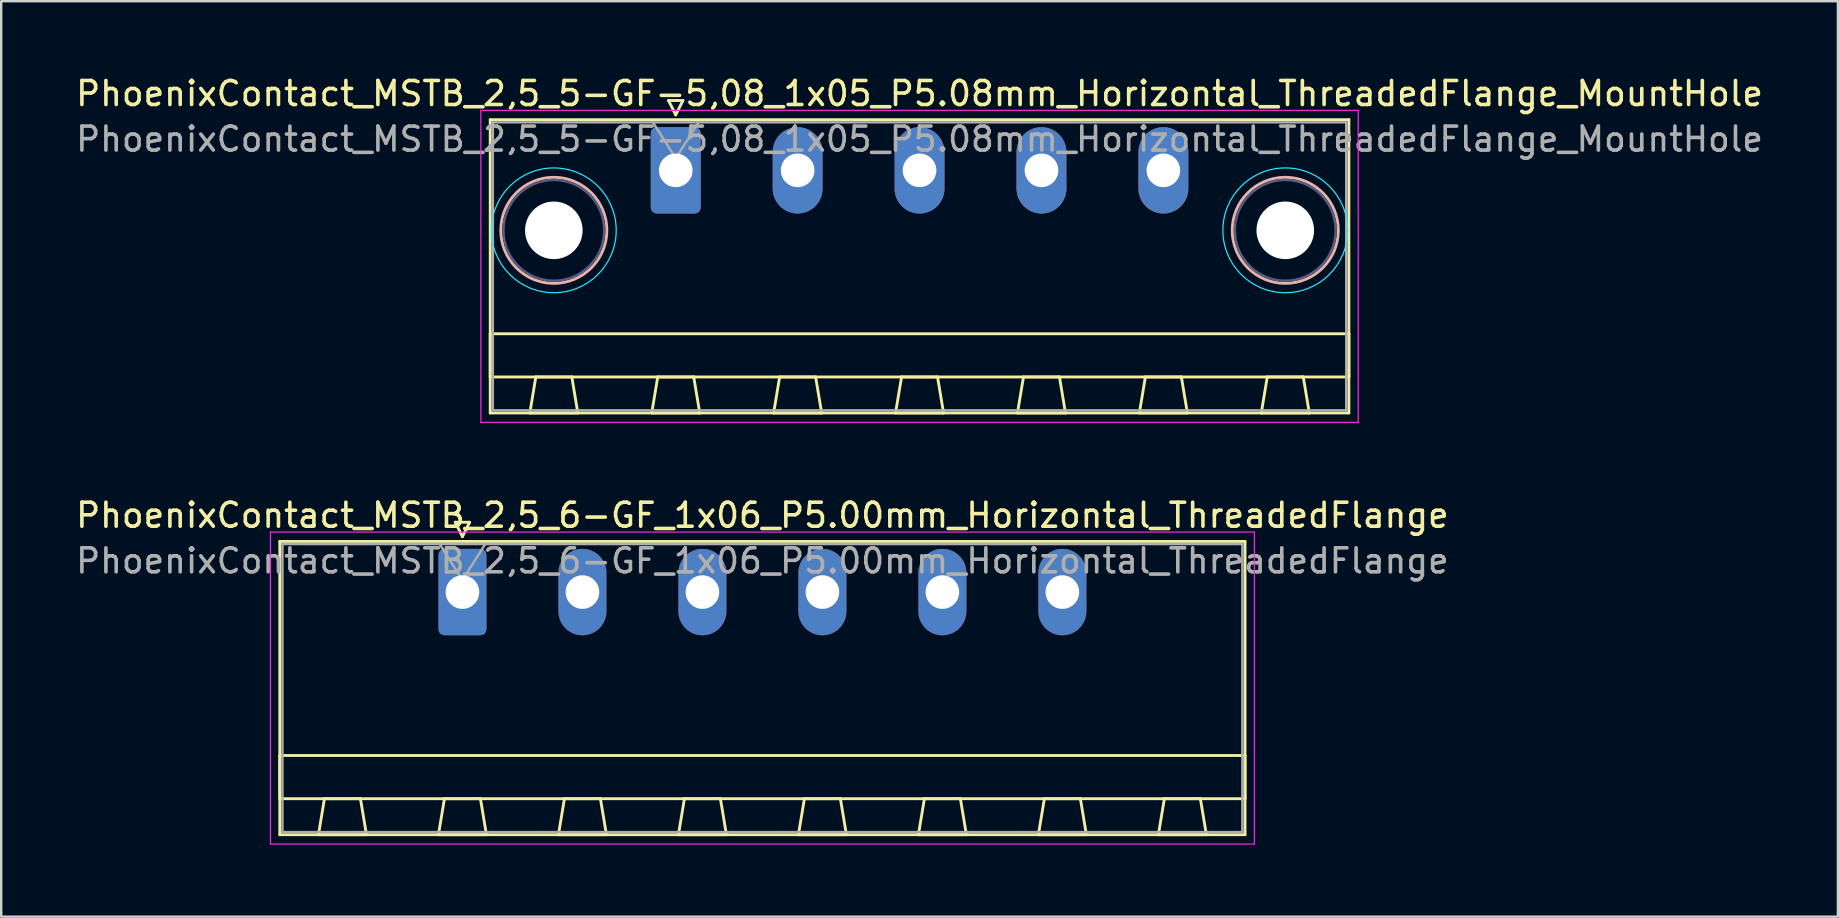
<source format=kicad_pcb>
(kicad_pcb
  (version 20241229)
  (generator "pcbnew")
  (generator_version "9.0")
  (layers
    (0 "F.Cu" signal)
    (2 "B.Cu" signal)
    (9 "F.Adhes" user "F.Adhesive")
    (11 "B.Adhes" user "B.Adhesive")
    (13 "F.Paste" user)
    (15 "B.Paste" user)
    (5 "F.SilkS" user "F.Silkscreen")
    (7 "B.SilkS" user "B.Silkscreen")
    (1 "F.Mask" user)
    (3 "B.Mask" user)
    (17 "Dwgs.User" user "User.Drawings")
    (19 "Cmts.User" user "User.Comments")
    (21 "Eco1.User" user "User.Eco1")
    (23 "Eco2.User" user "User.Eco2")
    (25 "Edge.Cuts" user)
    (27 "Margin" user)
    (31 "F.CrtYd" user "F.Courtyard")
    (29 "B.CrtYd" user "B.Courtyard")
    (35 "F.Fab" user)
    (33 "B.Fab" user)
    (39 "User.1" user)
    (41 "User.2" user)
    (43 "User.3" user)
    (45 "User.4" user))
  (footprint "PhoenixContact_MSTB_2,5_6-GF_1x06_P5.00mm_Horizontal_ThreadedFlange"
    (layer "F.Cu")
    (at 16.22 21.622)
    (property "Reference" "PhoenixContact_MSTB_2,5_6-GF_1x06_P5.00mm_Horizontal_ThreadedFlange" (at 12.5 -3.2 0) (layer "F.SilkS") (effects (font (size 1 1) (thickness 0.15))))
    (attr through_hole)
    (fp_line (start -7.61 -2.11) (end -7.61 10.11) (stroke (width 0.12) (type solid)) (layer "F.SilkS"))
    (fp_line (start -7.61 6.81) (end 32.61 6.81) (stroke (width 0.12) (type solid)) (layer "F.SilkS"))
    (fp_line (start -7.61 8.61) (end -7.61 6.81) (stroke (width 0.12) (type solid)) (layer "F.SilkS"))
    (fp_line (start -7.61 10.11) (end 32.61 10.11) (stroke (width 0.12) (type solid)) (layer "F.SilkS"))
    (fp_line (start -6 10.11) (end -4 10.11) (stroke (width 0.12) (type solid)) (layer "F.SilkS"))
    (fp_line (start -5.75 8.61) (end -6 10.11) (stroke (width 0.12) (type solid)) (layer "F.SilkS"))
    (fp_line (start -4.25 8.61) (end -5.75 8.61) (stroke (width 0.12) (type solid)) (layer "F.SilkS"))
    (fp_line (start -4 10.11) (end -4.25 8.61) (stroke (width 0.12) (type solid)) (layer "F.SilkS"))
    (fp_line (start -1 10.11) (end 1 10.11) (stroke (width 0.12) (type solid)) (layer "F.SilkS"))
    (fp_line (start -0.75 8.61) (end -1 10.11) (stroke (width 0.12) (type solid)) (layer "F.SilkS"))
    (fp_line (start -0.3 -2.91) (end 0.3 -2.91) (stroke (width 0.12) (type solid)) (layer "F.SilkS"))
    (fp_line (start 0 -2.31) (end -0.3 -2.91) (stroke (width 0.12) (type solid)) (layer "F.SilkS"))
    (fp_line (start 0.3 -2.91) (end 0 -2.31) (stroke (width 0.12) (type solid)) (layer "F.SilkS"))
    (fp_line (start 0.75 8.61) (end -0.75 8.61) (stroke (width 0.12) (type solid)) (layer "F.SilkS"))
    (fp_line (start 1 10.11) (end 0.75 8.61) (stroke (width 0.12) (type solid)) (layer "F.SilkS"))
    (fp_line (start 4 10.11) (end 6 10.11) (stroke (width 0.12) (type solid)) (layer "F.SilkS"))
    (fp_line (start 4.25 8.61) (end 4 10.11) (stroke (width 0.12) (type solid)) (layer "F.SilkS"))
    (fp_line (start 5.75 8.61) (end 4.25 8.61) (stroke (width 0.12) (type solid)) (layer "F.SilkS"))
    (fp_line (start 6 10.11) (end 5.75 8.61) (stroke (width 0.12) (type solid)) (layer "F.SilkS"))
    (fp_line (start 9 10.11) (end 11 10.11) (stroke (width 0.12) (type solid)) (layer "F.SilkS"))
    (fp_line (start 9.25 8.61) (end 9 10.11) (stroke (width 0.12) (type solid)) (layer "F.SilkS"))
    (fp_line (start 10.75 8.61) (end 9.25 8.61) (stroke (width 0.12) (type solid)) (layer "F.SilkS"))
    (fp_line (start 11 10.11) (end 10.75 8.61) (stroke (width 0.12) (type solid)) (layer "F.SilkS"))
    (fp_line (start 14 10.11) (end 16 10.11) (stroke (width 0.12) (type solid)) (layer "F.SilkS"))
    (fp_line (start 14.25 8.61) (end 14 10.11) (stroke (width 0.12) (type solid)) (layer "F.SilkS"))
    (fp_line (start 15.75 8.61) (end 14.25 8.61) (stroke (width 0.12) (type solid)) (layer "F.SilkS"))
    (fp_line (start 16 10.11) (end 15.75 8.61) (stroke (width 0.12) (type solid)) (layer "F.SilkS"))
    (fp_line (start 19 10.11) (end 21 10.11) (stroke (width 0.12) (type solid)) (layer "F.SilkS"))
    (fp_line (start 19.25 8.61) (end 19 10.11) (stroke (width 0.12) (type solid)) (layer "F.SilkS"))
    (fp_line (start 20.75 8.61) (end 19.25 8.61) (stroke (width 0.12) (type solid)) (layer "F.SilkS"))
    (fp_line (start 21 10.11) (end 20.75 8.61) (stroke (width 0.12) (type solid)) (layer "F.SilkS"))
    (fp_line (start 24 10.11) (end 26 10.11) (stroke (width 0.12) (type solid)) (layer "F.SilkS"))
    (fp_line (start 24.25 8.61) (end 24 10.11) (stroke (width 0.12) (type solid)) (layer "F.SilkS"))
    (fp_line (start 25.75 8.61) (end 24.25 8.61) (stroke (width 0.12) (type solid)) (layer "F.SilkS"))
    (fp_line (start 26 10.11) (end 25.75 8.61) (stroke (width 0.12) (type solid)) (layer "F.SilkS"))
    (fp_line (start 29 10.11) (end 31 10.11) (stroke (width 0.12) (type solid)) (layer "F.SilkS"))
    (fp_line (start 29.25 8.61) (end 29 10.11) (stroke (width 0.12) (type solid)) (layer "F.SilkS"))
    (fp_line (start 30.75 8.61) (end 29.25 8.61) (stroke (width 0.12) (type solid)) (layer "F.SilkS"))
    (fp_line (start 31 10.11) (end 30.75 8.61) (stroke (width 0.12) (type solid)) (layer "F.SilkS"))
    (fp_line (start 32.61 -2.11) (end -7.61 -2.11) (stroke (width 0.12) (type solid)) (layer "F.SilkS"))
    (fp_line (start 32.61 6.81) (end 32.61 8.61) (stroke (width 0.12) (type solid)) (layer "F.SilkS"))
    (fp_line (start 32.61 8.61) (end -7.61 8.61) (stroke (width 0.12) (type solid)) (layer "F.SilkS"))
    (fp_line (start 32.61 10.11) (end 32.61 -2.11) (stroke (width 0.12) (type solid)) (layer "F.SilkS"))
    (fp_line (start -8 -2.5) (end -8 10.5) (stroke (width 0.05) (type solid)) (layer "F.CrtYd"))
    (fp_line (start -8 10.5) (end 33 10.5) (stroke (width 0.05) (type solid)) (layer "F.CrtYd"))
    (fp_line (start 33 -2.5) (end -8 -2.5) (stroke (width 0.05) (type solid)) (layer "F.CrtYd"))
    (fp_line (start 33 10.5) (end 33 -2.5) (stroke (width 0.05) (type solid)) (layer "F.CrtYd"))
    (fp_line (start -7.5 -2) (end -7.5 10) (stroke (width 0.1) (type solid)) (layer "F.Fab"))
    (fp_line (start -7.5 10) (end 32.5 10) (stroke (width 0.1) (type solid)) (layer "F.Fab"))
    (fp_line (start 0 -0.5) (end -0.95 -2) (stroke (width 0.1) (type solid)) (layer "F.Fab"))
    (fp_line (start 0.95 -2) (end 0 -0.5) (stroke (width 0.1) (type solid)) (layer "F.Fab"))
    (fp_line (start 32.5 -2) (end -7.5 -2) (stroke (width 0.1) (type solid)) (layer "F.Fab"))
    (fp_line (start 32.5 10) (end 32.5 -2) (stroke (width 0.1) (type solid)) (layer "F.Fab"))
    (fp_text user "${REFERENCE}" (at 12.5 -1.3 0) (layer "F.Fab") (effects (font (size 1 1) (thickness 0.15))))
    (pad "1" thru_hole roundrect (at 0 0) (size 2 3.6) (drill 1.4) (layers "*.Cu" "*.Mask") (roundrect_rratio 0.125))
    (pad "2" thru_hole oval (at 5 0) (size 2 3.6) (drill 1.4) (layers "*.Cu" "*.Mask"))
    (pad "3" thru_hole oval (at 10 0) (size 2 3.6) (drill 1.4) (layers "*.Cu" "*.Mask"))
    (pad "4" thru_hole oval (at 15 0) (size 2 3.6) (drill 1.4) (layers "*.Cu" "*.Mask"))
    (pad "5" thru_hole oval (at 20 0) (size 2 3.6) (drill 1.4) (layers "*.Cu" "*.Mask"))
    (pad "6" thru_hole oval (at 25 0) (size 2 3.6) (drill 1.4) (layers "*.Cu" "*.Mask")))
  (footprint "PhoenixContact_MSTB_2,5_5-GF-5,08_1x05_P5.08mm_Horizontal_ThreadedFlange_MountHole"
    (layer "F.Cu")
    (at 25.108 4.048)
    (property "Reference" "PhoenixContact_MSTB_2,5_5-GF-5,08_1x05_P5.08mm_Horizontal_ThreadedFlange_MountHole" (at 10.16 -3.2 0) (layer "F.SilkS") (effects (font (size 1 1) (thickness 0.15))))
    (attr through_hole)
    (fp_line (start -7.73 -2.11) (end -7.73 10.11) (stroke (width 0.12) (type solid)) (layer "F.SilkS"))
    (fp_line (start -7.73 6.81) (end 28.05 6.81) (stroke (width 0.12) (type solid)) (layer "F.SilkS"))
    (fp_line (start -7.73 8.61) (end -7.73 6.81) (stroke (width 0.12) (type solid)) (layer "F.SilkS"))
    (fp_line (start -7.73 10.11) (end 28.05 10.11) (stroke (width 0.12) (type solid)) (layer "F.SilkS"))
    (fp_line (start -6.08 10.11) (end -4.08 10.11) (stroke (width 0.12) (type solid)) (layer "F.SilkS"))
    (fp_line (start -5.83 8.61) (end -6.08 10.11) (stroke (width 0.12) (type solid)) (layer "F.SilkS"))
    (fp_line (start -4.33 8.61) (end -5.83 8.61) (stroke (width 0.12) (type solid)) (layer "F.SilkS"))
    (fp_line (start -4.08 10.11) (end -4.33 8.61) (stroke (width 0.12) (type solid)) (layer "F.SilkS"))
    (fp_line (start -1 10.11) (end 1 10.11) (stroke (width 0.12) (type solid)) (layer "F.SilkS"))
    (fp_line (start -0.75 8.61) (end -1 10.11) (stroke (width 0.12) (type solid)) (layer "F.SilkS"))
    (fp_line (start -0.3 -2.91) (end 0.3 -2.91) (stroke (width 0.12) (type solid)) (layer "F.SilkS"))
    (fp_line (start 0 -2.31) (end -0.3 -2.91) (stroke (width 0.12) (type solid)) (layer "F.SilkS"))
    (fp_line (start 0.3 -2.91) (end 0 -2.31) (stroke (width 0.12) (type solid)) (layer "F.SilkS"))
    (fp_line (start 0.75 8.61) (end -0.75 8.61) (stroke (width 0.12) (type solid)) (layer "F.SilkS"))
    (fp_line (start 1 10.11) (end 0.75 8.61) (stroke (width 0.12) (type solid)) (layer "F.SilkS"))
    (fp_line (start 4.08 10.11) (end 6.08 10.11) (stroke (width 0.12) (type solid)) (layer "F.SilkS"))
    (fp_line (start 4.33 8.61) (end 4.08 10.11) (stroke (width 0.12) (type solid)) (layer "F.SilkS"))
    (fp_line (start 5.83 8.61) (end 4.33 8.61) (stroke (width 0.12) (type solid)) (layer "F.SilkS"))
    (fp_line (start 6.08 10.11) (end 5.83 8.61) (stroke (width 0.12) (type solid)) (layer "F.SilkS"))
    (fp_line (start 9.16 10.11) (end 11.16 10.11) (stroke (width 0.12) (type solid)) (layer "F.SilkS"))
    (fp_line (start 9.41 8.61) (end 9.16 10.11) (stroke (width 0.12) (type solid)) (layer "F.SilkS"))
    (fp_line (start 10.91 8.61) (end 9.41 8.61) (stroke (width 0.12) (type solid)) (layer "F.SilkS"))
    (fp_line (start 11.16 10.11) (end 10.91 8.61) (stroke (width 0.12) (type solid)) (layer "F.SilkS"))
    (fp_line (start 14.24 10.11) (end 16.24 10.11) (stroke (width 0.12) (type solid)) (layer "F.SilkS"))
    (fp_line (start 14.49 8.61) (end 14.24 10.11) (stroke (width 0.12) (type solid)) (layer "F.SilkS"))
    (fp_line (start 15.99 8.61) (end 14.49 8.61) (stroke (width 0.12) (type solid)) (layer "F.SilkS"))
    (fp_line (start 16.24 10.11) (end 15.99 8.61) (stroke (width 0.12) (type solid)) (layer "F.SilkS"))
    (fp_line (start 19.32 10.11) (end 21.32 10.11) (stroke (width 0.12) (type solid)) (layer "F.SilkS"))
    (fp_line (start 19.57 8.61) (end 19.32 10.11) (stroke (width 0.12) (type solid)) (layer "F.SilkS"))
    (fp_line (start 21.07 8.61) (end 19.57 8.61) (stroke (width 0.12) (type solid)) (layer "F.SilkS"))
    (fp_line (start 21.32 10.11) (end 21.07 8.61) (stroke (width 0.12) (type solid)) (layer "F.SilkS"))
    (fp_line (start 24.4 10.11) (end 26.4 10.11) (stroke (width 0.12) (type solid)) (layer "F.SilkS"))
    (fp_line (start 24.65 8.61) (end 24.4 10.11) (stroke (width 0.12) (type solid)) (layer "F.SilkS"))
    (fp_line (start 26.15 8.61) (end 24.65 8.61) (stroke (width 0.12) (type solid)) (layer "F.SilkS"))
    (fp_line (start 26.4 10.11) (end 26.15 8.61) (stroke (width 0.12) (type solid)) (layer "F.SilkS"))
    (fp_line (start 28.05 -2.11) (end -7.73 -2.11) (stroke (width 0.12) (type solid)) (layer "F.SilkS"))
    (fp_line (start 28.05 6.81) (end 28.05 8.61) (stroke (width 0.12) (type solid)) (layer "F.SilkS"))
    (fp_line (start 28.05 8.61) (end -7.73 8.61) (stroke (width 0.12) (type solid)) (layer "F.SilkS"))
    (fp_line (start 28.05 10.11) (end 28.05 -2.11) (stroke (width 0.12) (type solid)) (layer "F.SilkS"))
    (fp_circle (center -5.08 2.5) (end -2.87 2.5) (stroke (width 0.12) (type solid)) (fill no) (layer "B.SilkS"))
    (fp_circle (center 25.4 2.5) (end 27.61 2.5) (stroke (width 0.12) (type solid)) (fill no) (layer "B.SilkS"))
    (fp_circle (center -5.08 2.5) (end -2.48 2.5) (stroke (width 0.05) (type solid)) (fill no) (layer "B.CrtYd"))
    (fp_circle (center 25.4 2.5) (end 28 2.5) (stroke (width 0.05) (type solid)) (fill no) (layer "B.CrtYd"))
    (fp_line (start -8.12 -2.5) (end -8.12 10.5) (stroke (width 0.05) (type solid)) (layer "F.CrtYd"))
    (fp_line (start -8.12 10.5) (end 28.44 10.5) (stroke (width 0.05) (type solid)) (layer "F.CrtYd"))
    (fp_line (start 28.44 -2.5) (end -8.12 -2.5) (stroke (width 0.05) (type solid)) (layer "F.CrtYd"))
    (fp_line (start 28.44 10.5) (end 28.44 -2.5) (stroke (width 0.05) (type solid)) (layer "F.CrtYd"))
    (fp_circle (center -5.08 2.5) (end -2.98 2.5) (stroke (width 0.1) (type solid)) (fill no) (layer "B.Fab"))
    (fp_circle (center 25.4 2.5) (end 27.5 2.5) (stroke (width 0.1) (type solid)) (fill no) (layer "B.Fab"))
    (fp_line (start -7.62 -2) (end -7.62 10) (stroke (width 0.1) (type solid)) (layer "F.Fab"))
    (fp_line (start -7.62 10) (end 27.94 10) (stroke (width 0.1) (type solid)) (layer "F.Fab"))
    (fp_line (start 0 -0.5) (end -0.95 -2) (stroke (width 0.1) (type solid)) (layer "F.Fab"))
    (fp_line (start 0.95 -2) (end 0 -0.5) (stroke (width 0.1) (type solid)) (layer "F.Fab"))
    (fp_line (start 27.94 -2) (end -7.62 -2) (stroke (width 0.1) (type solid)) (layer "F.Fab"))
    (fp_line (start 27.94 10) (end 27.94 -2) (stroke (width 0.1) (type solid)) (layer "F.Fab"))
    (fp_text user "${REFERENCE}" (at 10.16 -1.3 0) (layer "F.Fab") (effects (font (size 1 1) (thickness 0.15))))
    (pad "" np_thru_hole circle (at -5.08 2.5) (size 2.4 2.4) (drill 2.4) (layers "*.Cu" "*.Mask"))
    (pad "" np_thru_hole circle (at 25.4 2.5) (size 2.4 2.4) (drill 2.4) (layers "*.Cu" "*.Mask"))
    (pad "1" thru_hole roundrect (at 0 0) (size 2.08 3.6) (drill 1.4) (layers "*.Cu" "*.Mask") (roundrect_rratio 0.12))
    (pad "2" thru_hole oval (at 5.08 0) (size 2.08 3.6) (drill 1.4) (layers "*.Cu" "*.Mask"))
    (pad "3" thru_hole oval (at 10.16 0) (size 2.08 3.6) (drill 1.4) (layers "*.Cu" "*.Mask"))
    (pad "4" thru_hole oval (at 15.24 0) (size 2.08 3.6) (drill 1.4) (layers "*.Cu" "*.Mask"))
    (pad "5" thru_hole oval (at 20.32 0) (size 2.08 3.6) (drill 1.4) (layers "*.Cu" "*.Mask")))
  (gr_rect
    (start -3 -3)
    (end 73.536 35.147)
    (stroke (width 0.1) (type default))
    (fill no)
    (layer "Edge.Cuts")))
</source>
